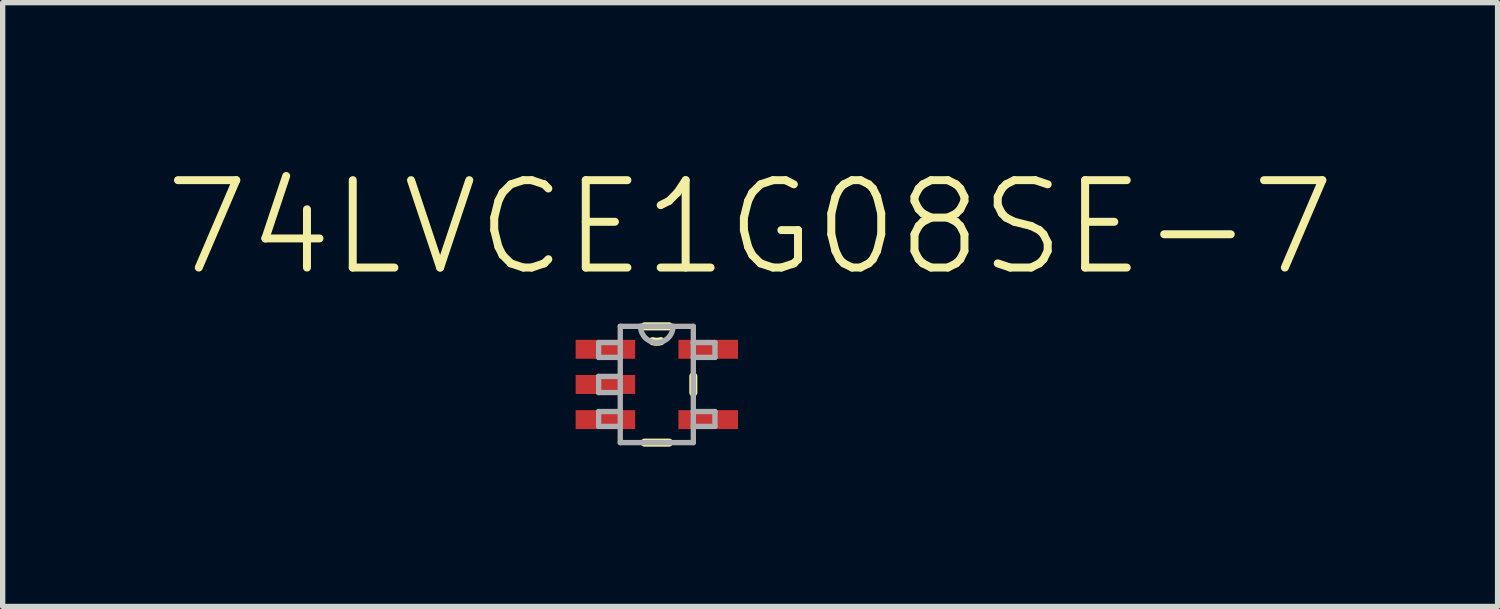
<source format=kicad_pcb>
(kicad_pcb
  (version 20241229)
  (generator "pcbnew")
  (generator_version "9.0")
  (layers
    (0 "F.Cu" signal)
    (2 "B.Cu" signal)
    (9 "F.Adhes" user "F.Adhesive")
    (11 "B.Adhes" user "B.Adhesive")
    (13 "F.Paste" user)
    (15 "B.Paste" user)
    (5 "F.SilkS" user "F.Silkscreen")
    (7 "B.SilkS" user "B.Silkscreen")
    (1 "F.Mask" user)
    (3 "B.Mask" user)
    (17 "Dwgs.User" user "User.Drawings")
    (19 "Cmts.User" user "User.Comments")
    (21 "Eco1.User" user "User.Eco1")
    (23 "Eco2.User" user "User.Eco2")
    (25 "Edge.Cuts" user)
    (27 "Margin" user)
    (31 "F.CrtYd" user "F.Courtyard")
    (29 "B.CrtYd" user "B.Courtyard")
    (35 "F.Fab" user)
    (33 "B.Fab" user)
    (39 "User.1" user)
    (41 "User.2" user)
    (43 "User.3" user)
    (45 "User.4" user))
  (footprint "74LVCE1G08SE-7"
    (layer "F.Cu")
    (at 9.284 4.17)
    (property "Reference" "74LVCE1G08SE-7" (at 1.753 -2.947 0) (layer "F.SilkS") (effects (font (size 1.641 1.641) (thickness 0.15))))
    (attr smd)
    (fp_line (start -0.229 1.092) (end 0.229 1.092) (stroke (width 0.152) (type solid)) (layer "F.SilkS"))
    (fp_line (start 0.229 -1.092) (end -0.229 -1.092) (stroke (width 0.152) (type solid)) (layer "F.SilkS"))
    (fp_line (start 0.686 0.152) (end 0.686 -0.152) (stroke (width 0.152) (type solid)) (layer "F.SilkS"))
    (fp_arc (start 0.0762 -0.8128) (mid 0 -0.801752) (end -0.0762 -0.8128) (stroke (width 0.1524) (type solid)) (layer "F.SilkS"))
    (fp_line (start -1.092 -0.787) (end -1.092 -0.508) (stroke (width 0.1) (type solid)) (layer "F.Fab"))
    (fp_line (start -1.092 -0.508) (end -0.686 -0.508) (stroke (width 0.1) (type solid)) (layer "F.Fab"))
    (fp_line (start -1.092 -0.152) (end -1.092 0.152) (stroke (width 0.1) (type solid)) (layer "F.Fab"))
    (fp_line (start -1.092 0.152) (end -0.686 0.152) (stroke (width 0.1) (type solid)) (layer "F.Fab"))
    (fp_line (start -1.092 0.508) (end -1.092 0.787) (stroke (width 0.1) (type solid)) (layer "F.Fab"))
    (fp_line (start -1.092 0.787) (end -0.686 0.787) (stroke (width 0.1) (type solid)) (layer "F.Fab"))
    (fp_line (start -0.686 -1.092) (end -0.686 -0.787) (stroke (width 0.1) (type solid)) (layer "F.Fab"))
    (fp_line (start -0.686 -0.787) (end -1.092 -0.787) (stroke (width 0.1) (type solid)) (layer "F.Fab"))
    (fp_line (start -0.686 -0.787) (end -0.686 -0.508) (stroke (width 0.1) (type solid)) (layer "F.Fab"))
    (fp_line (start -0.686 -0.508) (end -0.686 -0.152) (stroke (width 0.1) (type solid)) (layer "F.Fab"))
    (fp_line (start -0.686 -0.152) (end -1.092 -0.152) (stroke (width 0.1) (type solid)) (layer "F.Fab"))
    (fp_line (start -0.686 -0.152) (end -0.686 0.152) (stroke (width 0.1) (type solid)) (layer "F.Fab"))
    (fp_line (start -0.686 0.152) (end -0.686 0.508) (stroke (width 0.1) (type solid)) (layer "F.Fab"))
    (fp_line (start -0.686 0.508) (end -1.092 0.508) (stroke (width 0.1) (type solid)) (layer "F.Fab"))
    (fp_line (start -0.686 0.508) (end -0.686 0.787) (stroke (width 0.1) (type solid)) (layer "F.Fab"))
    (fp_line (start -0.686 0.787) (end -0.686 1.092) (stroke (width 0.1) (type solid)) (layer "F.Fab"))
    (fp_line (start -0.686 1.092) (end 0.686 1.092) (stroke (width 0.1) (type solid)) (layer "F.Fab"))
    (fp_line (start -0.305 -1.092) (end -0.686 -1.092) (stroke (width 0.1) (type solid)) (layer "F.Fab"))
    (fp_line (start 0.305 -1.092) (end -0.305 -1.092) (stroke (width 0.1) (type solid)) (layer "F.Fab"))
    (fp_line (start 0.686 -1.092) (end 0.305 -1.092) (stroke (width 0.1) (type solid)) (layer "F.Fab"))
    (fp_line (start 0.686 -0.787) (end 0.686 -1.092) (stroke (width 0.1) (type solid)) (layer "F.Fab"))
    (fp_line (start 0.686 -0.508) (end 0.686 -0.787) (stroke (width 0.1) (type solid)) (layer "F.Fab"))
    (fp_line (start 0.686 -0.508) (end 1.092 -0.508) (stroke (width 0.1) (type solid)) (layer "F.Fab"))
    (fp_line (start 0.686 0.508) (end 0.686 -0.508) (stroke (width 0.1) (type solid)) (layer "F.Fab"))
    (fp_line (start 0.686 0.787) (end 0.686 0.508) (stroke (width 0.1) (type solid)) (layer "F.Fab"))
    (fp_line (start 0.686 0.787) (end 1.092 0.787) (stroke (width 0.1) (type solid)) (layer "F.Fab"))
    (fp_line (start 0.686 1.092) (end 0.686 0.787) (stroke (width 0.1) (type solid)) (layer "F.Fab"))
    (fp_line (start 1.092 -0.787) (end 0.686 -0.787) (stroke (width 0.1) (type solid)) (layer "F.Fab"))
    (fp_line (start 1.092 -0.508) (end 1.092 -0.787) (stroke (width 0.1) (type solid)) (layer "F.Fab"))
    (fp_line (start 1.092 0.508) (end 0.686 0.508) (stroke (width 0.1) (type solid)) (layer "F.Fab"))
    (fp_line (start 1.092 0.787) (end 1.092 0.508) (stroke (width 0.1) (type solid)) (layer "F.Fab"))
    (fp_arc (start 0.3048 -1.0922) (mid 0 -0.7874) (end -0.3048 -1.0922) (stroke (width 0.1) (type solid)) (layer "F.Fab"))
    (pad "1" smd rect (at -0.965 -0.66) (size 1.118 0.356) (layers "F.Cu" "F.Mask" "F.Paste"))
    (pad "2" smd rect (at -0.965 0) (size 1.118 0.356) (layers "F.Cu" "F.Mask" "F.Paste"))
    (pad "3" smd rect (at -0.965 0.66) (size 1.118 0.356) (layers "F.Cu" "F.Mask" "F.Paste"))
    (pad "4" smd rect (at 0.965 0.66) (size 1.118 0.356) (layers "F.Cu" "F.Mask" "F.Paste"))
    (pad "5" smd rect (at 0.965 -0.66) (size 1.118 0.356) (layers "F.Cu" "F.Mask" "F.Paste")))
  (gr_rect
    (start -3 -3)
    (end 25.073 8.339)
    (stroke (width 0.1) (type default))
    (fill no)
    (layer "Edge.Cuts")))
</source>
